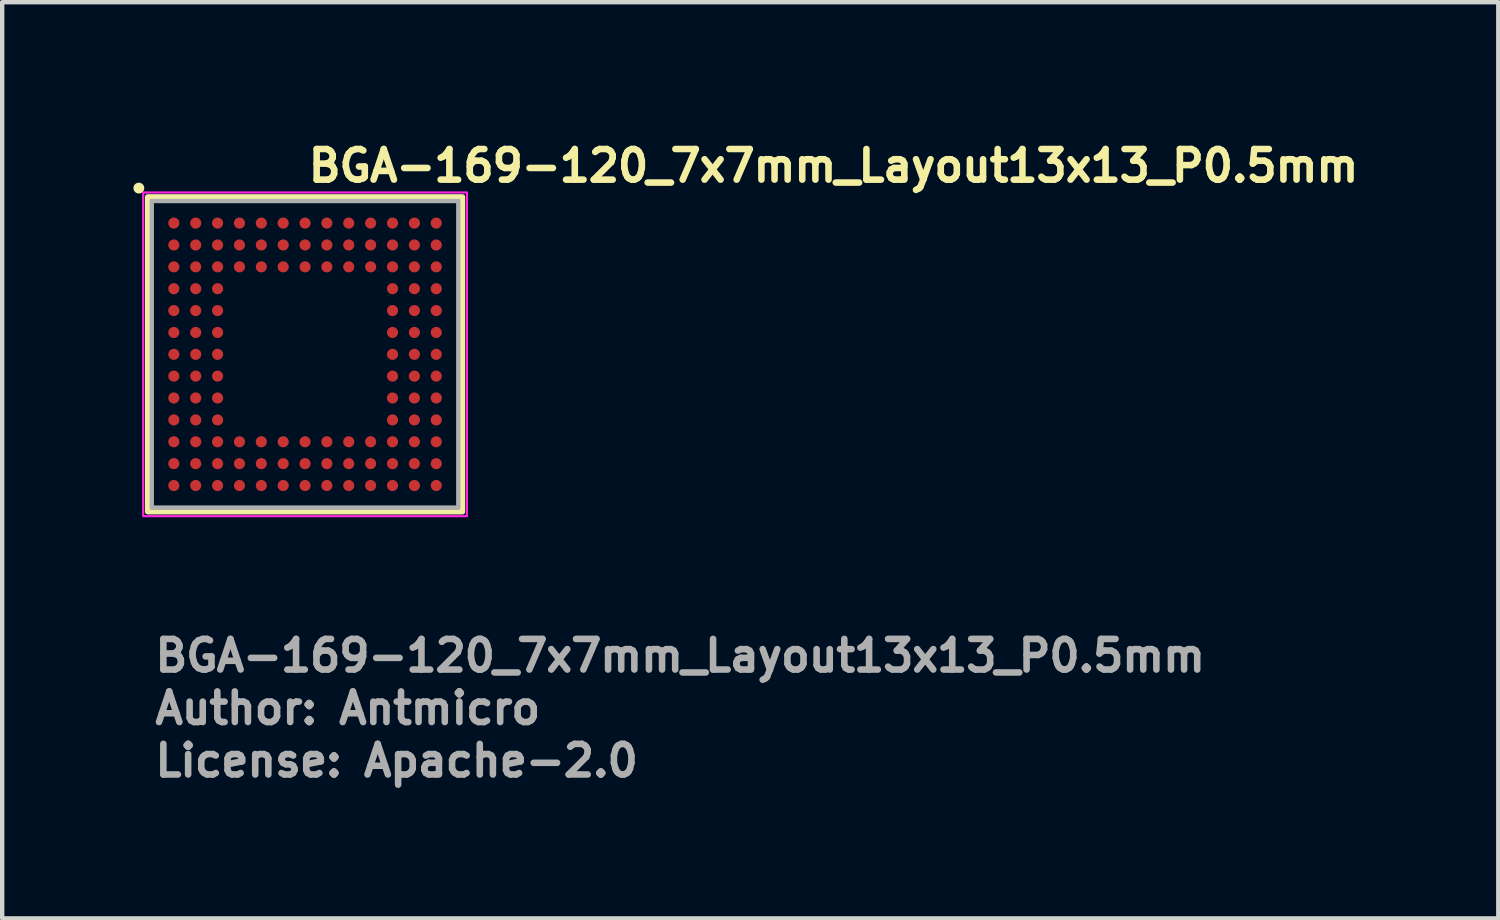
<source format=kicad_pcb>
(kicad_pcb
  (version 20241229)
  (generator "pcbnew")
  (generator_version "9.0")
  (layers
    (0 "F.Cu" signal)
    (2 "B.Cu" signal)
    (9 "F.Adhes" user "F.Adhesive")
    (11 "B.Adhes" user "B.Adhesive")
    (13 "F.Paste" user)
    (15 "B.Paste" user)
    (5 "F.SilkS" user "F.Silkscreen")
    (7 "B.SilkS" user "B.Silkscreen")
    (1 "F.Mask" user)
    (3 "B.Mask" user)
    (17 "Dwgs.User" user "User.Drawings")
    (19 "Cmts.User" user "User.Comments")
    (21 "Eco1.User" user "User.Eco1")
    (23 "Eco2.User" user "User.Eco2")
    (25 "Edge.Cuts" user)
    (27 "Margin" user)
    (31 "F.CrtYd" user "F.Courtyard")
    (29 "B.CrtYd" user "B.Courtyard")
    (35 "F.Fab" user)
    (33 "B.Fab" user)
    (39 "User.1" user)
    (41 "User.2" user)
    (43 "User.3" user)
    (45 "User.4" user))
  (footprint "BGA-169-120_7x7mm_Layout13x13_P0.5mm"
    (layer "F.Cu")
    (at 3.924 5.05)
    (property "Reference" "BGA-169-120_7x7mm_Layout13x13_P0.5mm" (at 0 -3.9 0) (unlocked yes) (layer "F.SilkS") (effects (font (size 0.7 0.7) (thickness 0.15)) (justify left bottom)))
    (attr smd)
    (fp_rect (start -3.6 -3.6) (end 3.6 3.6) (stroke (width 0.12) (type solid)) (fill no) (layer "F.SilkS"))
    (fp_circle (center -3.8 -3.8) (end -3.751 -3.8) (stroke (width 0.15) (type solid)) (fill yes) (layer "F.SilkS"))
    (fp_rect (start -3.7 -3.7) (end 3.7 3.7) (stroke (width 0.05) (type solid)) (fill no) (layer "F.CrtYd"))
    (fp_rect (start -3.505 -3.505) (end 3.503 3.503) (stroke (width 0.1) (type solid)) (fill no) (layer "F.Fab"))
    (fp_rect (start -3.505 -3.505) (end 3.503 3.503) (stroke (width 0.1) (type solid)) (fill no) (layer "User.5"))
    (fp_line (start -3.505 -3.505) (end -3.505 3.503) (stroke (width 0.02) (type solid)) (layer "User.9"))
    (fp_line (start -3.505 3.503) (end 3.503 3.503) (stroke (width 0.02) (type solid)) (layer "User.9"))
    (fp_line (start -2.98 -2.823) (end -2.98 -2.814) (stroke (width 0.02) (type solid)) (layer "User.9"))
    (fp_line (start -2.98 -2.814) (end -2.98 -2.805) (stroke (width 0.02) (type solid)) (layer "User.9"))
    (fp_line (start -2.98 -2.805) (end -2.98 -2.805) (stroke (width 0.02) (type solid)) (layer "User.9"))
    (fp_line (start -2.98 -2.805) (end -2.98 -2.795) (stroke (width 0.02) (type solid)) (layer "User.9"))
    (fp_line (start -2.98 -2.795) (end -2.98 -2.787) (stroke (width 0.02) (type solid)) (layer "User.9"))
    (fp_line (start -2.98 -2.787) (end -2.979 -2.778) (stroke (width 0.02) (type solid)) (layer "User.9"))
    (fp_line (start -2.979 -2.831) (end -2.98 -2.823) (stroke (width 0.02) (type solid)) (layer "User.9"))
    (fp_line (start -2.979 -2.778) (end -2.976 -2.77) (stroke (width 0.02) (type solid)) (layer "User.9"))
    (fp_line (start -2.976 -2.84) (end -2.979 -2.831) (stroke (width 0.02) (type solid)) (layer "User.9"))
    (fp_line (start -2.976 -2.77) (end -2.975 -2.762) (stroke (width 0.02) (type solid)) (layer "User.9"))
    (fp_line (start -2.975 -2.848) (end -2.976 -2.84) (stroke (width 0.02) (type solid)) (layer "User.9"))
    (fp_line (start -2.975 -2.762) (end -2.972 -2.753) (stroke (width 0.02) (type solid)) (layer "User.9"))
    (fp_line (start -2.972 -2.858) (end -2.975 -2.848) (stroke (width 0.02) (type solid)) (layer "User.9"))
    (fp_line (start -2.972 -2.753) (end -2.969 -2.745) (stroke (width 0.02) (type solid)) (layer "User.9"))
    (fp_line (start -2.969 -2.866) (end -2.972 -2.858) (stroke (width 0.02) (type solid)) (layer "User.9"))
    (fp_line (start -2.969 -2.745) (end -2.967 -2.737) (stroke (width 0.02) (type solid)) (layer "User.9"))
    (fp_line (start -2.967 -2.874) (end -2.969 -2.866) (stroke (width 0.02) (type solid)) (layer "User.9"))
    (fp_line (start -2.967 -2.737) (end -2.963 -2.73) (stroke (width 0.02) (type solid)) (layer "User.9"))
    (fp_line (start -2.963 -2.88) (end -2.967 -2.874) (stroke (width 0.02) (type solid)) (layer "User.9"))
    (fp_line (start -2.963 -2.73) (end -2.96 -2.722) (stroke (width 0.02) (type solid)) (layer "User.9"))
    (fp_line (start -2.96 -2.888) (end -2.963 -2.88) (stroke (width 0.02) (type solid)) (layer "User.9"))
    (fp_line (start -2.96 -2.722) (end -2.955 -2.714) (stroke (width 0.02) (type solid)) (layer "User.9"))
    (fp_line (start -2.955 -2.895) (end -2.96 -2.888) (stroke (width 0.02) (type solid)) (layer "User.9"))
    (fp_line (start -2.955 -2.714) (end -2.951 -2.707) (stroke (width 0.02) (type solid)) (layer "User.9"))
    (fp_line (start -2.951 -2.903) (end -2.955 -2.895) (stroke (width 0.02) (type solid)) (layer "User.9"))
    (fp_line (start -2.951 -2.707) (end -2.945 -2.701) (stroke (width 0.02) (type solid)) (layer "User.9"))
    (fp_line (start -2.945 -2.91) (end -2.951 -2.903) (stroke (width 0.02) (type solid)) (layer "User.9"))
    (fp_line (start -2.945 -2.701) (end -2.94 -2.694) (stroke (width 0.02) (type solid)) (layer "User.9"))
    (fp_line (start -2.94 -2.916) (end -2.945 -2.91) (stroke (width 0.02) (type solid)) (layer "User.9"))
    (fp_line (start -2.94 -2.694) (end -2.935 -2.688) (stroke (width 0.02) (type solid)) (layer "User.9"))
    (fp_line (start -2.935 -2.923) (end -2.94 -2.916) (stroke (width 0.02) (type solid)) (layer "User.9"))
    (fp_line (start -2.935 -2.688) (end -2.928 -2.681) (stroke (width 0.02) (type solid)) (layer "User.9"))
    (fp_line (start -2.928 -2.928) (end -2.935 -2.923) (stroke (width 0.02) (type solid)) (layer "User.9"))
    (fp_line (start -2.928 -2.681) (end -2.923 -2.676) (stroke (width 0.02) (type solid)) (layer "User.9"))
    (fp_line (start -2.923 -2.935) (end -2.928 -2.928) (stroke (width 0.02) (type solid)) (layer "User.9"))
    (fp_line (start -2.923 -2.676) (end -2.916 -2.669) (stroke (width 0.02) (type solid)) (layer "User.9"))
    (fp_line (start -2.916 -2.94) (end -2.923 -2.935) (stroke (width 0.02) (type solid)) (layer "User.9"))
    (fp_line (start -2.916 -2.669) (end -2.91 -2.665) (stroke (width 0.02) (type solid)) (layer "User.9"))
    (fp_line (start -2.91 -2.945) (end -2.916 -2.94) (stroke (width 0.02) (type solid)) (layer "User.9"))
    (fp_line (start -2.91 -2.665) (end -2.903 -2.66) (stroke (width 0.02) (type solid)) (layer "User.9"))
    (fp_line (start -2.903 -2.951) (end -2.91 -2.945) (stroke (width 0.02) (type solid)) (layer "User.9"))
    (fp_line (start -2.903 -2.66) (end -2.895 -2.656) (stroke (width 0.02) (type solid)) (layer "User.9"))
    (fp_line (start -2.895 -2.955) (end -2.903 -2.951) (stroke (width 0.02) (type solid)) (layer "User.9"))
    (fp_line (start -2.895 -2.656) (end -2.888 -2.65) (stroke (width 0.02) (type solid)) (layer "User.9"))
    (fp_line (start -2.888 -2.96) (end -2.895 -2.955) (stroke (width 0.02) (type solid)) (layer "User.9"))
    (fp_line (start -2.888 -2.65) (end -2.88 -2.648) (stroke (width 0.02) (type solid)) (layer "User.9"))
    (fp_line (start -2.88 -2.963) (end -2.888 -2.96) (stroke (width 0.02) (type solid)) (layer "User.9"))
    (fp_line (start -2.88 -2.648) (end -2.874 -2.644) (stroke (width 0.02) (type solid)) (layer "User.9"))
    (fp_line (start -2.874 -2.967) (end -2.88 -2.963) (stroke (width 0.02) (type solid)) (layer "User.9"))
    (fp_line (start -2.874 -2.644) (end -2.866 -2.641) (stroke (width 0.02) (type solid)) (layer "User.9"))
    (fp_line (start -2.866 -2.969) (end -2.874 -2.967) (stroke (width 0.02) (type solid)) (layer "User.9"))
    (fp_line (start -2.866 -2.641) (end -2.858 -2.637) (stroke (width 0.02) (type solid)) (layer "User.9"))
    (fp_line (start -2.858 -2.972) (end -2.866 -2.969) (stroke (width 0.02) (type solid)) (layer "User.9"))
    (fp_line (start -2.858 -2.637) (end -2.848 -2.636) (stroke (width 0.02) (type solid)) (layer "User.9"))
    (fp_line (start -2.848 -2.975) (end -2.858 -2.972) (stroke (width 0.02) (type solid)) (layer "User.9"))
    (fp_line (start -2.848 -2.636) (end -2.84 -2.633) (stroke (width 0.02) (type solid)) (layer "User.9"))
    (fp_line (start -2.84 -2.976) (end -2.848 -2.975) (stroke (width 0.02) (type solid)) (layer "User.9"))
    (fp_line (start -2.84 -2.633) (end -2.831 -2.632) (stroke (width 0.02) (type solid)) (layer "User.9"))
    (fp_line (start -2.831 -2.979) (end -2.84 -2.976) (stroke (width 0.02) (type solid)) (layer "User.9"))
    (fp_line (start -2.831 -2.632) (end -2.823 -2.63) (stroke (width 0.02) (type solid)) (layer "User.9"))
    (fp_line (start -2.823 -2.98) (end -2.831 -2.979) (stroke (width 0.02) (type solid)) (layer "User.9"))
    (fp_line (start -2.823 -2.63) (end -2.814 -2.629) (stroke (width 0.02) (type solid)) (layer "User.9"))
    (fp_line (start -2.814 -2.98) (end -2.823 -2.98) (stroke (width 0.02) (type solid)) (layer "User.9"))
    (fp_line (start -2.814 -2.629) (end -2.805 -2.629) (stroke (width 0.02) (type solid)) (layer "User.9"))
    (fp_line (start -2.805 -2.98) (end -2.814 -2.98) (stroke (width 0.02) (type solid)) (layer "User.9"))
    (fp_line (start -2.805 -2.98) (end -2.805 -2.98) (stroke (width 0.02) (type solid)) (layer "User.9"))
    (fp_line (start -2.805 -2.629) (end -2.805 -2.629) (stroke (width 0.02) (type solid)) (layer "User.9"))
    (fp_line (start -2.805 -2.629) (end -2.795 -2.629) (stroke (width 0.02) (type solid)) (layer "User.9"))
    (fp_line (start -2.795 -2.98) (end -2.805 -2.98) (stroke (width 0.02) (type solid)) (layer "User.9"))
    (fp_line (start -2.795 -2.629) (end -2.787 -2.63) (stroke (width 0.02) (type solid)) (layer "User.9"))
    (fp_line (start -2.787 -2.98) (end -2.795 -2.98) (stroke (width 0.02) (type solid)) (layer "User.9"))
    (fp_line (start -2.787 -2.63) (end -2.778 -2.632) (stroke (width 0.02) (type solid)) (layer "User.9"))
    (fp_line (start -2.778 -2.979) (end -2.787 -2.98) (stroke (width 0.02) (type solid)) (layer "User.9"))
    (fp_line (start -2.778 -2.632) (end -2.77 -2.633) (stroke (width 0.02) (type solid)) (layer "User.9"))
    (fp_line (start -2.77 -2.976) (end -2.778 -2.979) (stroke (width 0.02) (type solid)) (layer "User.9"))
    (fp_line (start -2.77 -2.633) (end -2.762 -2.636) (stroke (width 0.02) (type solid)) (layer "User.9"))
    (fp_line (start -2.762 -2.975) (end -2.77 -2.976) (stroke (width 0.02) (type solid)) (layer "User.9"))
    (fp_line (start -2.762 -2.636) (end -2.753 -2.637) (stroke (width 0.02) (type solid)) (layer "User.9"))
    (fp_line (start -2.753 -2.972) (end -2.762 -2.975) (stroke (width 0.02) (type solid)) (layer "User.9"))
    (fp_line (start -2.753 -2.637) (end -2.745 -2.641) (stroke (width 0.02) (type solid)) (layer "User.9"))
    (fp_line (start -2.745 -2.969) (end -2.753 -2.972) (stroke (width 0.02) (type solid)) (layer "User.9"))
    (fp_line (start -2.745 -2.641) (end -2.737 -2.644) (stroke (width 0.02) (type solid)) (layer "User.9"))
    (fp_line (start -2.737 -2.967) (end -2.745 -2.969) (stroke (width 0.02) (type solid)) (layer "User.9"))
    (fp_line (start -2.737 -2.644) (end -2.73 -2.648) (stroke (width 0.02) (type solid)) (layer "User.9"))
    (fp_line (start -2.73 -2.963) (end -2.737 -2.967) (stroke (width 0.02) (type solid)) (layer "User.9"))
    (fp_line (start -2.73 -2.648) (end -2.722 -2.65) (stroke (width 0.02) (type solid)) (layer "User.9"))
    (fp_line (start -2.722 -2.96) (end -2.73 -2.963) (stroke (width 0.02) (type solid)) (layer "User.9"))
    (fp_line (start -2.722 -2.65) (end -2.714 -2.656) (stroke (width 0.02) (type solid)) (layer "User.9"))
    (fp_line (start -2.714 -2.955) (end -2.722 -2.96) (stroke (width 0.02) (type solid)) (layer "User.9"))
    (fp_line (start -2.714 -2.656) (end -2.707 -2.66) (stroke (width 0.02) (type solid)) (layer "User.9"))
    (fp_line (start -2.707 -2.951) (end -2.714 -2.955) (stroke (width 0.02) (type solid)) (layer "User.9"))
    (fp_line (start -2.707 -2.66) (end -2.701 -2.665) (stroke (width 0.02) (type solid)) (layer "User.9"))
    (fp_line (start -2.701 -2.945) (end -2.707 -2.951) (stroke (width 0.02) (type solid)) (layer "User.9"))
    (fp_line (start -2.701 -2.665) (end -2.694 -2.669) (stroke (width 0.02) (type solid)) (layer "User.9"))
    (fp_line (start -2.694 -2.94) (end -2.701 -2.945) (stroke (width 0.02) (type solid)) (layer "User.9"))
    (fp_line (start -2.694 -2.669) (end -2.688 -2.676) (stroke (width 0.02) (type solid)) (layer "User.9"))
    (fp_line (start -2.688 -2.935) (end -2.694 -2.94) (stroke (width 0.02) (type solid)) (layer "User.9"))
    (fp_line (start -2.688 -2.676) (end -2.681 -2.681) (stroke (width 0.02) (type solid)) (layer "User.9"))
    (fp_line (start -2.681 -2.928) (end -2.688 -2.935) (stroke (width 0.02) (type solid)) (layer "User.9"))
    (fp_line (start -2.681 -2.681) (end -2.676 -2.688) (stroke (width 0.02) (type solid)) (layer "User.9"))
    (fp_line (start -2.676 -2.923) (end -2.681 -2.928) (stroke (width 0.02) (type solid)) (layer "User.9"))
    (fp_line (start -2.676 -2.688) (end -2.669 -2.694) (stroke (width 0.02) (type solid)) (layer "User.9"))
    (fp_line (start -2.669 -2.916) (end -2.676 -2.923) (stroke (width 0.02) (type solid)) (layer "User.9"))
    (fp_line (start -2.669 -2.694) (end -2.665 -2.701) (stroke (width 0.02) (type solid)) (layer "User.9"))
    (fp_line (start -2.665 -2.91) (end -2.669 -2.916) (stroke (width 0.02) (type solid)) (layer "User.9"))
    (fp_line (start -2.665 -2.701) (end -2.66 -2.707) (stroke (width 0.02) (type solid)) (layer "User.9"))
    (fp_line (start -2.66 -2.903) (end -2.665 -2.91) (stroke (width 0.02) (type solid)) (layer "User.9"))
    (fp_line (start -2.66 -2.707) (end -2.656 -2.714) (stroke (width 0.02) (type solid)) (layer "User.9"))
    (fp_line (start -2.656 -2.895) (end -2.66 -2.903) (stroke (width 0.02) (type solid)) (layer "User.9"))
    (fp_line (start -2.656 -2.714) (end -2.65 -2.722) (stroke (width 0.02) (type solid)) (layer "User.9"))
    (fp_line (start -2.65 -2.888) (end -2.656 -2.895) (stroke (width 0.02) (type solid)) (layer "User.9"))
    (fp_line (start -2.65 -2.722) (end -2.648 -2.73) (stroke (width 0.02) (type solid)) (layer "User.9"))
    (fp_line (start -2.648 -2.88) (end -2.65 -2.888) (stroke (width 0.02) (type solid)) (layer "User.9"))
    (fp_line (start -2.648 -2.73) (end -2.644 -2.737) (stroke (width 0.02) (type solid)) (layer "User.9"))
    (fp_line (start -2.644 -2.874) (end -2.648 -2.88) (stroke (width 0.02) (type solid)) (layer "User.9"))
    (fp_line (start -2.644 -2.737) (end -2.641 -2.745) (stroke (width 0.02) (type solid)) (layer "User.9"))
    (fp_line (start -2.641 -2.866) (end -2.644 -2.874) (stroke (width 0.02) (type solid)) (layer "User.9"))
    (fp_line (start -2.641 -2.745) (end -2.637 -2.753) (stroke (width 0.02) (type solid)) (layer "User.9"))
    (fp_line (start -2.637 -2.858) (end -2.641 -2.866) (stroke (width 0.02) (type solid)) (layer "User.9"))
    (fp_line (start -2.637 -2.753) (end -2.636 -2.762) (stroke (width 0.02) (type solid)) (layer "User.9"))
    (fp_line (start -2.636 -2.848) (end -2.637 -2.858) (stroke (width 0.02) (type solid)) (layer "User.9"))
    (fp_line (start -2.636 -2.762) (end -2.633 -2.77) (stroke (width 0.02) (type solid)) (layer "User.9"))
    (fp_line (start -2.633 -2.84) (end -2.636 -2.848) (stroke (width 0.02) (type solid)) (layer "User.9"))
    (fp_line (start -2.633 -2.77) (end -2.632 -2.778) (stroke (width 0.02) (type solid)) (layer "User.9"))
    (fp_line (start -2.632 -2.831) (end -2.633 -2.84) (stroke (width 0.02) (type solid)) (layer "User.9"))
    (fp_line (start -2.632 -2.778) (end -2.63 -2.787) (stroke (width 0.02) (type solid)) (layer "User.9"))
    (fp_line (start -2.63 -2.823) (end -2.632 -2.831) (stroke (width 0.02) (type solid)) (layer "User.9"))
    (fp_line (start -2.63 -2.787) (end -2.629 -2.795) (stroke (width 0.02) (type solid)) (layer "User.9"))
    (fp_line (start -2.629 -2.814) (end -2.63 -2.823) (stroke (width 0.02) (type solid)) (layer "User.9"))
    (fp_line (start -2.629 -2.805) (end -2.629 -2.814) (stroke (width 0.02) (type solid)) (layer "User.9"))
    (fp_line (start -2.629 -2.805) (end -2.629 -2.805) (stroke (width 0.02) (type solid)) (layer "User.9"))
    (fp_line (start -2.629 -2.805) (end -2.629 -2.805) (stroke (width 0.02) (type solid)) (layer "User.9"))
    (fp_line (start -2.629 -2.795) (end -2.629 -2.805) (stroke (width 0.02) (type solid)) (layer "User.9"))
    (fp_line (start 3.503 -3.505) (end -3.505 -3.505) (stroke (width 0.02) (type solid)) (layer "User.9"))
    (fp_line (start 3.503 3.503) (end 3.503 -3.505) (stroke (width 0.02) (type solid)) (layer "User.9"))
    (fp_text user "Author: Antmicro" (at -3.505 8.499 0) (layer "F.Fab") (effects (font (size 0.7 0.7) (thickness 0.15)) (justify left bottom)))
    (fp_text user "${REFERENCE}" (at -3.505 7.299 0) (unlocked yes) (layer "F.Fab") (effects (font (size 0.7 0.7) (thickness 0.15)) (justify left bottom)))
    (fp_text user "License: Apache-2.0" (at -3.505 9.698 0) (layer "F.Fab") (effects (font (size 0.7 0.7) (thickness 0.15)) (justify left bottom)))
    (pad "A1" smd circle (at -3 -3) (size 0.254 0.254) (layers "F.Cu" "F.Mask" "F.Paste"))
    (pad "A2" smd circle (at -2.5 -3) (size 0.254 0.254) (layers "F.Cu" "F.Mask" "F.Paste"))
    (pad "A3" smd circle (at -2 -3) (size 0.254 0.254) (layers "F.Cu" "F.Mask" "F.Paste"))
    (pad "A4" smd circle (at -1.5 -3) (size 0.254 0.254) (layers "F.Cu" "F.Mask" "F.Paste"))
    (pad "A5" smd circle (at -1 -3) (size 0.254 0.254) (layers "F.Cu" "F.Mask" "F.Paste"))
    (pad "A6" smd circle (at -0.5 -3) (size 0.254 0.254) (layers "F.Cu" "F.Mask" "F.Paste"))
    (pad "A7" smd circle (at 0 -3) (size 0.254 0.254) (layers "F.Cu" "F.Mask" "F.Paste"))
    (pad "A8" smd circle (at 0.498 -3) (size 0.254 0.254) (layers "F.Cu" "F.Mask" "F.Paste"))
    (pad "A9" smd circle (at 0.998 -3) (size 0.254 0.254) (layers "F.Cu" "F.Mask" "F.Paste"))
    (pad "A10" smd circle (at 1.499 -3) (size 0.254 0.254) (layers "F.Cu" "F.Mask" "F.Paste"))
    (pad "A11" smd circle (at 1.999 -3) (size 0.254 0.254) (layers "F.Cu" "F.Mask" "F.Paste"))
    (pad "A12" smd circle (at 2.499 -3) (size 0.254 0.254) (layers "F.Cu" "F.Mask" "F.Paste"))
    (pad "A13" smd circle (at 2.999 -3) (size 0.254 0.254) (layers "F.Cu" "F.Mask" "F.Paste"))
    (pad "B1" smd circle (at -3 -2.5) (size 0.254 0.254) (layers "F.Cu" "F.Mask" "F.Paste"))
    (pad "B2" smd circle (at -2.5 -2.5) (size 0.254 0.254) (layers "F.Cu" "F.Mask" "F.Paste"))
    (pad "B3" smd circle (at -2 -2.5) (size 0.254 0.254) (layers "F.Cu" "F.Mask" "F.Paste"))
    (pad "B4" smd circle (at -1.5 -2.5) (size 0.254 0.254) (layers "F.Cu" "F.Mask" "F.Paste"))
    (pad "B5" smd circle (at -1 -2.5) (size 0.254 0.254) (layers "F.Cu" "F.Mask" "F.Paste"))
    (pad "B6" smd circle (at -0.5 -2.5) (size 0.254 0.254) (layers "F.Cu" "F.Mask" "F.Paste"))
    (pad "B7" smd circle (at 0 -2.5) (size 0.254 0.254) (layers "F.Cu" "F.Mask" "F.Paste"))
    (pad "B8" smd circle (at 0.498 -2.5) (size 0.254 0.254) (layers "F.Cu" "F.Mask" "F.Paste"))
    (pad "B9" smd circle (at 0.998 -2.5) (size 0.254 0.254) (layers "F.Cu" "F.Mask" "F.Paste"))
    (pad "B10" smd circle (at 1.499 -2.5) (size 0.254 0.254) (layers "F.Cu" "F.Mask" "F.Paste"))
    (pad "B11" smd circle (at 1.999 -2.5) (size 0.254 0.254) (layers "F.Cu" "F.Mask" "F.Paste"))
    (pad "B12" smd circle (at 2.499 -2.5) (size 0.254 0.254) (layers "F.Cu" "F.Mask" "F.Paste"))
    (pad "B13" smd circle (at 2.999 -2.5) (size 0.254 0.254) (layers "F.Cu" "F.Mask" "F.Paste"))
    (pad "C1" smd circle (at -3 -2) (size 0.254 0.254) (layers "F.Cu" "F.Mask" "F.Paste"))
    (pad "C2" smd circle (at -2.5 -2) (size 0.254 0.254) (layers "F.Cu" "F.Mask" "F.Paste"))
    (pad "C3" smd circle (at -2 -2) (size 0.254 0.254) (layers "F.Cu" "F.Mask" "F.Paste"))
    (pad "C4" smd circle (at -1.5 -2) (size 0.254 0.254) (layers "F.Cu" "F.Mask" "F.Paste"))
    (pad "C5" smd circle (at -1 -2) (size 0.254 0.254) (layers "F.Cu" "F.Mask" "F.Paste"))
    (pad "C6" smd circle (at -0.5 -2) (size 0.254 0.254) (layers "F.Cu" "F.Mask" "F.Paste"))
    (pad "C7" smd circle (at 0 -2) (size 0.254 0.254) (layers "F.Cu" "F.Mask" "F.Paste"))
    (pad "C8" smd circle (at 0.498 -2) (size 0.254 0.254) (layers "F.Cu" "F.Mask" "F.Paste"))
    (pad "C9" smd circle (at 0.998 -2) (size 0.254 0.254) (layers "F.Cu" "F.Mask" "F.Paste"))
    (pad "C10" smd circle (at 1.499 -2) (size 0.254 0.254) (layers "F.Cu" "F.Mask" "F.Paste"))
    (pad "C11" smd circle (at 1.999 -2) (size 0.254 0.254) (layers "F.Cu" "F.Mask" "F.Paste"))
    (pad "C12" smd circle (at 2.499 -2) (size 0.254 0.254) (layers "F.Cu" "F.Mask" "F.Paste"))
    (pad "C13" smd circle (at 2.999 -2) (size 0.254 0.254) (layers "F.Cu" "F.Mask" "F.Paste"))
    (pad "D1" smd circle (at -3 -1.5) (size 0.254 0.254) (layers "F.Cu" "F.Mask" "F.Paste"))
    (pad "D2" smd circle (at -2.5 -1.5) (size 0.254 0.254) (layers "F.Cu" "F.Mask" "F.Paste"))
    (pad "D3" smd circle (at -2 -1.5) (size 0.254 0.254) (layers "F.Cu" "F.Mask" "F.Paste"))
    (pad "D11" smd circle (at 1.999 -1.5) (size 0.254 0.254) (layers "F.Cu" "F.Mask" "F.Paste"))
    (pad "D12" smd circle (at 2.499 -1.5) (size 0.254 0.254) (layers "F.Cu" "F.Mask" "F.Paste"))
    (pad "D13" smd circle (at 2.999 -1.5) (size 0.254 0.254) (layers "F.Cu" "F.Mask" "F.Paste"))
    (pad "E1" smd circle (at -3 -1) (size 0.254 0.254) (layers "F.Cu" "F.Mask" "F.Paste"))
    (pad "E2" smd circle (at -2.5 -1) (size 0.254 0.254) (layers "F.Cu" "F.Mask" "F.Paste"))
    (pad "E3" smd circle (at -2 -1) (size 0.254 0.254) (layers "F.Cu" "F.Mask" "F.Paste"))
    (pad "E11" smd circle (at 1.999 -1) (size 0.254 0.254) (layers "F.Cu" "F.Mask" "F.Paste"))
    (pad "E12" smd circle (at 2.499 -1) (size 0.254 0.254) (layers "F.Cu" "F.Mask" "F.Paste"))
    (pad "E13" smd circle (at 2.999 -1) (size 0.254 0.254) (layers "F.Cu" "F.Mask" "F.Paste"))
    (pad "F1" smd circle (at -3 -0.5) (size 0.254 0.254) (layers "F.Cu" "F.Mask" "F.Paste"))
    (pad "F2" smd circle (at -2.5 -0.5) (size 0.254 0.254) (layers "F.Cu" "F.Mask" "F.Paste"))
    (pad "F3" smd circle (at -2 -0.5) (size 0.254 0.254) (layers "F.Cu" "F.Mask" "F.Paste"))
    (pad "F11" smd circle (at 1.999 -0.5) (size 0.254 0.254) (layers "F.Cu" "F.Mask" "F.Paste"))
    (pad "F12" smd circle (at 2.499 -0.5) (size 0.254 0.254) (layers "F.Cu" "F.Mask" "F.Paste"))
    (pad "F13" smd circle (at 2.999 -0.5) (size 0.254 0.254) (layers "F.Cu" "F.Mask" "F.Paste"))
    (pad "G1" smd circle (at -3 0) (size 0.254 0.254) (layers "F.Cu" "F.Mask" "F.Paste"))
    (pad "G2" smd circle (at -2.5 0) (size 0.254 0.254) (layers "F.Cu" "F.Mask" "F.Paste"))
    (pad "G3" smd circle (at -2 0) (size 0.254 0.254) (layers "F.Cu" "F.Mask" "F.Paste"))
    (pad "G11" smd circle (at 1.999 0) (size 0.254 0.254) (layers "F.Cu" "F.Mask" "F.Paste"))
    (pad "G12" smd circle (at 2.499 0) (size 0.254 0.254) (layers "F.Cu" "F.Mask" "F.Paste"))
    (pad "G13" smd circle (at 2.999 0) (size 0.254 0.254) (layers "F.Cu" "F.Mask" "F.Paste"))
    (pad "H1" smd circle (at -3 0.498) (size 0.254 0.254) (layers "F.Cu" "F.Mask" "F.Paste"))
    (pad "H2" smd circle (at -2.5 0.498) (size 0.254 0.254) (layers "F.Cu" "F.Mask" "F.Paste"))
    (pad "H3" smd circle (at -2 0.498) (size 0.254 0.254) (layers "F.Cu" "F.Mask" "F.Paste"))
    (pad "H11" smd circle (at 1.999 0.498) (size 0.254 0.254) (layers "F.Cu" "F.Mask" "F.Paste"))
    (pad "H12" smd circle (at 2.499 0.498) (size 0.254 0.254) (layers "F.Cu" "F.Mask" "F.Paste"))
    (pad "H13" smd circle (at 2.999 0.498) (size 0.254 0.254) (layers "F.Cu" "F.Mask" "F.Paste"))
    (pad "J1" smd circle (at -3 0.998) (size 0.254 0.254) (layers "F.Cu" "F.Mask" "F.Paste"))
    (pad "J2" smd circle (at -2.5 0.998) (size 0.254 0.254) (layers "F.Cu" "F.Mask" "F.Paste"))
    (pad "J3" smd circle (at -2 0.998) (size 0.254 0.254) (layers "F.Cu" "F.Mask" "F.Paste"))
    (pad "J11" smd circle (at 1.999 0.998) (size 0.254 0.254) (layers "F.Cu" "F.Mask" "F.Paste"))
    (pad "J12" smd circle (at 2.499 0.998) (size 0.254 0.254) (layers "F.Cu" "F.Mask" "F.Paste"))
    (pad "J13" smd circle (at 2.999 0.998) (size 0.254 0.254) (layers "F.Cu" "F.Mask" "F.Paste"))
    (pad "K1" smd circle (at -3 1.499) (size 0.254 0.254) (layers "F.Cu" "F.Mask" "F.Paste"))
    (pad "K2" smd circle (at -2.5 1.499) (size 0.254 0.254) (layers "F.Cu" "F.Mask" "F.Paste"))
    (pad "K3" smd circle (at -2 1.499) (size 0.254 0.254) (layers "F.Cu" "F.Mask" "F.Paste"))
    (pad "K11" smd circle (at 1.999 1.499) (size 0.254 0.254) (layers "F.Cu" "F.Mask" "F.Paste"))
    (pad "K12" smd circle (at 2.499 1.499) (size 0.254 0.254) (layers "F.Cu" "F.Mask" "F.Paste"))
    (pad "K13" smd circle (at 2.999 1.499) (size 0.254 0.254) (layers "F.Cu" "F.Mask" "F.Paste"))
    (pad "L1" smd circle (at -3 1.999) (size 0.254 0.254) (layers "F.Cu" "F.Mask" "F.Paste"))
    (pad "L2" smd circle (at -2.5 1.999) (size 0.254 0.254) (layers "F.Cu" "F.Mask" "F.Paste"))
    (pad "L3" smd circle (at -2 1.999) (size 0.254 0.254) (layers "F.Cu" "F.Mask" "F.Paste"))
    (pad "L4" smd circle (at -1.5 1.999) (size 0.254 0.254) (layers "F.Cu" "F.Mask" "F.Paste"))
    (pad "L5" smd circle (at -1 1.999) (size 0.254 0.254) (layers "F.Cu" "F.Mask" "F.Paste"))
    (pad "L6" smd circle (at -0.5 1.999) (size 0.254 0.254) (layers "F.Cu" "F.Mask" "F.Paste"))
    (pad "L7" smd circle (at 0 1.999) (size 0.254 0.254) (layers "F.Cu" "F.Mask" "F.Paste"))
    (pad "L8" smd circle (at 0.498 1.999) (size 0.254 0.254) (layers "F.Cu" "F.Mask" "F.Paste"))
    (pad "L9" smd circle (at 0.998 1.999) (size 0.254 0.254) (layers "F.Cu" "F.Mask" "F.Paste"))
    (pad "L10" smd circle (at 1.499 1.999) (size 0.254 0.254) (layers "F.Cu" "F.Mask" "F.Paste"))
    (pad "L11" smd circle (at 1.999 1.999) (size 0.254 0.254) (layers "F.Cu" "F.Mask" "F.Paste"))
    (pad "L12" smd circle (at 2.499 1.999) (size 0.254 0.254) (layers "F.Cu" "F.Mask" "F.Paste"))
    (pad "L13" smd circle (at 2.999 1.999) (size 0.254 0.254) (layers "F.Cu" "F.Mask" "F.Paste"))
    (pad "M1" smd circle (at -3 2.499) (size 0.254 0.254) (layers "F.Cu" "F.Mask" "F.Paste"))
    (pad "M2" smd circle (at -2.5 2.499) (size 0.254 0.254) (layers "F.Cu" "F.Mask" "F.Paste"))
    (pad "M3" smd circle (at -2 2.499) (size 0.254 0.254) (layers "F.Cu" "F.Mask" "F.Paste"))
    (pad "M4" smd circle (at -1.5 2.499) (size 0.254 0.254) (layers "F.Cu" "F.Mask" "F.Paste"))
    (pad "M5" smd circle (at -1 2.499) (size 0.254 0.254) (layers "F.Cu" "F.Mask" "F.Paste"))
    (pad "M6" smd circle (at -0.5 2.499) (size 0.254 0.254) (layers "F.Cu" "F.Mask" "F.Paste"))
    (pad "M7" smd circle (at 0 2.499) (size 0.254 0.254) (layers "F.Cu" "F.Mask" "F.Paste"))
    (pad "M8" smd circle (at 0.498 2.499) (size 0.254 0.254) (layers "F.Cu" "F.Mask" "F.Paste"))
    (pad "M9" smd circle (at 0.998 2.499) (size 0.254 0.254) (layers "F.Cu" "F.Mask" "F.Paste"))
    (pad "M10" smd circle (at 1.499 2.499) (size 0.254 0.254) (layers "F.Cu" "F.Mask" "F.Paste"))
    (pad "M11" smd circle (at 1.999 2.499) (size 0.254 0.254) (layers "F.Cu" "F.Mask" "F.Paste"))
    (pad "M12" smd circle (at 2.499 2.499) (size 0.254 0.254) (layers "F.Cu" "F.Mask" "F.Paste"))
    (pad "M13" smd circle (at 2.999 2.499) (size 0.254 0.254) (layers "F.Cu" "F.Mask" "F.Paste"))
    (pad "N1" smd circle (at -3 2.999) (size 0.254 0.254) (layers "F.Cu" "F.Mask" "F.Paste"))
    (pad "N2" smd circle (at -2.5 2.999) (size 0.254 0.254) (layers "F.Cu" "F.Mask" "F.Paste"))
    (pad "N3" smd circle (at -2 2.999) (size 0.254 0.254) (layers "F.Cu" "F.Mask" "F.Paste"))
    (pad "N4" smd circle (at -1.5 2.999) (size 0.254 0.254) (layers "F.Cu" "F.Mask" "F.Paste"))
    (pad "N5" smd circle (at -1 2.999) (size 0.254 0.254) (layers "F.Cu" "F.Mask" "F.Paste"))
    (pad "N6" smd circle (at -0.5 2.999) (size 0.254 0.254) (layers "F.Cu" "F.Mask" "F.Paste"))
    (pad "N7" smd circle (at 0 2.999) (size 0.254 0.254) (layers "F.Cu" "F.Mask" "F.Paste"))
    (pad "N8" smd circle (at 0.498 2.999) (size 0.254 0.254) (layers "F.Cu" "F.Mask" "F.Paste"))
    (pad "N9" smd circle (at 0.998 2.999) (size 0.254 0.254) (layers "F.Cu" "F.Mask" "F.Paste"))
    (pad "N10" smd circle (at 1.499 2.999) (size 0.254 0.254) (layers "F.Cu" "F.Mask" "F.Paste"))
    (pad "N11" smd circle (at 1.999 2.999) (size 0.254 0.254) (layers "F.Cu" "F.Mask" "F.Paste"))
    (pad "N12" smd circle (at 2.499 2.999) (size 0.254 0.254) (layers "F.Cu" "F.Mask" "F.Paste"))
    (pad "N13" smd circle (at 2.999 2.999) (size 0.254 0.254) (layers "F.Cu" "F.Mask" "F.Paste")))
  (gr_rect
    (start -3 -3)
    (end 31.201 17.944)
    (stroke (width 0.1) (type default))
    (fill no)
    (layer "Edge.Cuts")))
</source>
